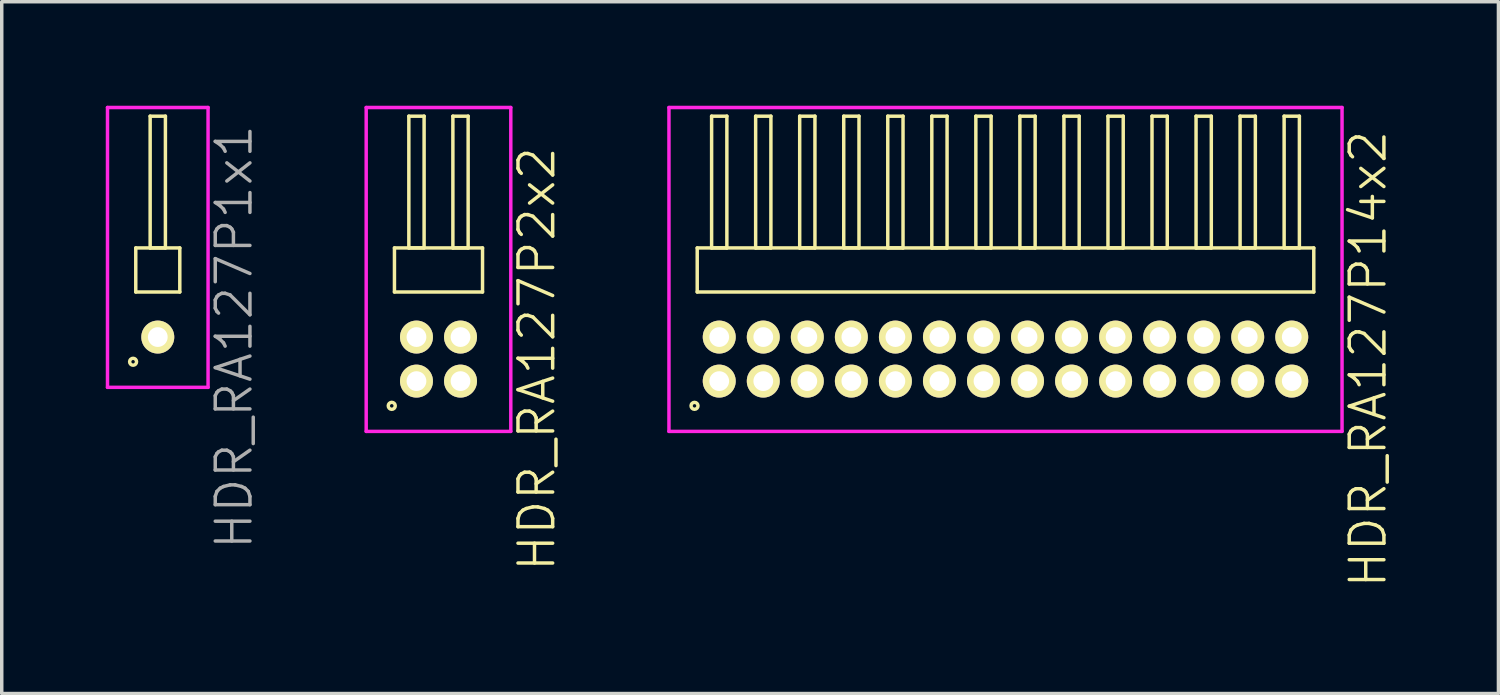
<source format=kicad_pcb>
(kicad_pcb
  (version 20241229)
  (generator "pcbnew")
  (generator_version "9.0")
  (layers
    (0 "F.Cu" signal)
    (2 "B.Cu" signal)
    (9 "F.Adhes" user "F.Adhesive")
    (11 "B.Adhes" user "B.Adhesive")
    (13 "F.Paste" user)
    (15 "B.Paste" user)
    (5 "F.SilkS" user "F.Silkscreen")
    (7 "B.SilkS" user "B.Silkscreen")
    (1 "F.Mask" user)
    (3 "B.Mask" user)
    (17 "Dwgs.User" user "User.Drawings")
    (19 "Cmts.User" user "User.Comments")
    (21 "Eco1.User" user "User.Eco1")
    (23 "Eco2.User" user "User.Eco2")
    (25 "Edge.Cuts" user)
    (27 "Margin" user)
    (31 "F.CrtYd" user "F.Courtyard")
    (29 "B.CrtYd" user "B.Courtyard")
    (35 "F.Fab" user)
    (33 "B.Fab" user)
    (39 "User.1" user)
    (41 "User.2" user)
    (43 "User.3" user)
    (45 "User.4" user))
  (footprint "HDR_RA127P14x2"
    (layer "F.Cu")
    (at 25.946 7.305)
    (property "Reference" "HDR_RA127P14x2" (at 10.455 0 90) (layer "F.SilkS") (effects (font (size 1 1) (thickness 0.1))))
    (attr through_hole)
    (fp_line (start -8.89 -3.205) (end -8.89 -1.935) (stroke (width 0.1) (type solid)) (layer "F.SilkS"))
    (fp_line (start -8.89 -1.935) (end 8.89 -1.935) (stroke (width 0.1) (type solid)) (layer "F.SilkS"))
    (fp_line (start -8.475 -7.005) (end -8.475 -3.205) (stroke (width 0.1) (type solid)) (layer "F.SilkS"))
    (fp_line (start -8.475 -3.205) (end -8.035 -3.205) (stroke (width 0.1) (type solid)) (layer "F.SilkS"))
    (fp_line (start -8.035 -7.005) (end -8.475 -7.005) (stroke (width 0.1) (type solid)) (layer "F.SilkS"))
    (fp_line (start -8.035 -3.205) (end -8.035 -7.005) (stroke (width 0.1) (type solid)) (layer "F.SilkS"))
    (fp_line (start -7.205 -7.005) (end -7.205 -3.205) (stroke (width 0.1) (type solid)) (layer "F.SilkS"))
    (fp_line (start -7.205 -3.205) (end -6.765 -3.205) (stroke (width 0.1) (type solid)) (layer "F.SilkS"))
    (fp_line (start -6.765 -7.005) (end -7.205 -7.005) (stroke (width 0.1) (type solid)) (layer "F.SilkS"))
    (fp_line (start -6.765 -3.205) (end -6.765 -7.005) (stroke (width 0.1) (type solid)) (layer "F.SilkS"))
    (fp_line (start -5.935 -7.005) (end -5.935 -3.205) (stroke (width 0.1) (type solid)) (layer "F.SilkS"))
    (fp_line (start -5.935 -3.205) (end -5.495 -3.205) (stroke (width 0.1) (type solid)) (layer "F.SilkS"))
    (fp_line (start -5.495 -7.005) (end -5.935 -7.005) (stroke (width 0.1) (type solid)) (layer "F.SilkS"))
    (fp_line (start -5.495 -3.205) (end -5.495 -7.005) (stroke (width 0.1) (type solid)) (layer "F.SilkS"))
    (fp_line (start -4.665 -7.005) (end -4.665 -3.205) (stroke (width 0.1) (type solid)) (layer "F.SilkS"))
    (fp_line (start -4.665 -3.205) (end -4.225 -3.205) (stroke (width 0.1) (type solid)) (layer "F.SilkS"))
    (fp_line (start -4.225 -7.005) (end -4.665 -7.005) (stroke (width 0.1) (type solid)) (layer "F.SilkS"))
    (fp_line (start -4.225 -3.205) (end -4.225 -7.005) (stroke (width 0.1) (type solid)) (layer "F.SilkS"))
    (fp_line (start -3.395 -7.005) (end -3.395 -3.205) (stroke (width 0.1) (type solid)) (layer "F.SilkS"))
    (fp_line (start -3.395 -3.205) (end -2.955 -3.205) (stroke (width 0.1) (type solid)) (layer "F.SilkS"))
    (fp_line (start -2.955 -7.005) (end -3.395 -7.005) (stroke (width 0.1) (type solid)) (layer "F.SilkS"))
    (fp_line (start -2.955 -3.205) (end -2.955 -7.005) (stroke (width 0.1) (type solid)) (layer "F.SilkS"))
    (fp_line (start -2.125 -7.005) (end -2.125 -3.205) (stroke (width 0.1) (type solid)) (layer "F.SilkS"))
    (fp_line (start -2.125 -3.205) (end -1.685 -3.205) (stroke (width 0.1) (type solid)) (layer "F.SilkS"))
    (fp_line (start -1.685 -7.005) (end -2.125 -7.005) (stroke (width 0.1) (type solid)) (layer "F.SilkS"))
    (fp_line (start -1.685 -3.205) (end -1.685 -7.005) (stroke (width 0.1) (type solid)) (layer "F.SilkS"))
    (fp_line (start -0.855 -7.005) (end -0.855 -3.205) (stroke (width 0.1) (type solid)) (layer "F.SilkS"))
    (fp_line (start -0.855 -3.205) (end -0.415 -3.205) (stroke (width 0.1) (type solid)) (layer "F.SilkS"))
    (fp_line (start -0.415 -7.005) (end -0.855 -7.005) (stroke (width 0.1) (type solid)) (layer "F.SilkS"))
    (fp_line (start -0.415 -3.205) (end -0.415 -7.005) (stroke (width 0.1) (type solid)) (layer "F.SilkS"))
    (fp_line (start 0.415 -7.005) (end 0.415 -3.205) (stroke (width 0.1) (type solid)) (layer "F.SilkS"))
    (fp_line (start 0.415 -3.205) (end 0.855 -3.205) (stroke (width 0.1) (type solid)) (layer "F.SilkS"))
    (fp_line (start 0.855 -7.005) (end 0.415 -7.005) (stroke (width 0.1) (type solid)) (layer "F.SilkS"))
    (fp_line (start 0.855 -3.205) (end 0.855 -7.005) (stroke (width 0.1) (type solid)) (layer "F.SilkS"))
    (fp_line (start 1.685 -7.005) (end 1.685 -3.205) (stroke (width 0.1) (type solid)) (layer "F.SilkS"))
    (fp_line (start 1.685 -3.205) (end 2.125 -3.205) (stroke (width 0.1) (type solid)) (layer "F.SilkS"))
    (fp_line (start 2.125 -7.005) (end 1.685 -7.005) (stroke (width 0.1) (type solid)) (layer "F.SilkS"))
    (fp_line (start 2.125 -3.205) (end 2.125 -7.005) (stroke (width 0.1) (type solid)) (layer "F.SilkS"))
    (fp_line (start 2.955 -7.005) (end 2.955 -3.205) (stroke (width 0.1) (type solid)) (layer "F.SilkS"))
    (fp_line (start 2.955 -3.205) (end 3.395 -3.205) (stroke (width 0.1) (type solid)) (layer "F.SilkS"))
    (fp_line (start 3.395 -7.005) (end 2.955 -7.005) (stroke (width 0.1) (type solid)) (layer "F.SilkS"))
    (fp_line (start 3.395 -3.205) (end 3.395 -7.005) (stroke (width 0.1) (type solid)) (layer "F.SilkS"))
    (fp_line (start 4.225 -7.005) (end 4.225 -3.205) (stroke (width 0.1) (type solid)) (layer "F.SilkS"))
    (fp_line (start 4.225 -3.205) (end 4.665 -3.205) (stroke (width 0.1) (type solid)) (layer "F.SilkS"))
    (fp_line (start 4.665 -7.005) (end 4.225 -7.005) (stroke (width 0.1) (type solid)) (layer "F.SilkS"))
    (fp_line (start 4.665 -3.205) (end 4.665 -7.005) (stroke (width 0.1) (type solid)) (layer "F.SilkS"))
    (fp_line (start 5.495 -7.005) (end 5.495 -3.205) (stroke (width 0.1) (type solid)) (layer "F.SilkS"))
    (fp_line (start 5.495 -3.205) (end 5.935 -3.205) (stroke (width 0.1) (type solid)) (layer "F.SilkS"))
    (fp_line (start 5.935 -7.005) (end 5.495 -7.005) (stroke (width 0.1) (type solid)) (layer "F.SilkS"))
    (fp_line (start 5.935 -3.205) (end 5.935 -7.005) (stroke (width 0.1) (type solid)) (layer "F.SilkS"))
    (fp_line (start 6.765 -7.005) (end 6.765 -3.205) (stroke (width 0.1) (type solid)) (layer "F.SilkS"))
    (fp_line (start 6.765 -3.205) (end 7.205 -3.205) (stroke (width 0.1) (type solid)) (layer "F.SilkS"))
    (fp_line (start 7.205 -7.005) (end 6.765 -7.005) (stroke (width 0.1) (type solid)) (layer "F.SilkS"))
    (fp_line (start 7.205 -3.205) (end 7.205 -7.005) (stroke (width 0.1) (type solid)) (layer "F.SilkS"))
    (fp_line (start 8.035 -7.005) (end 8.035 -3.205) (stroke (width 0.1) (type solid)) (layer "F.SilkS"))
    (fp_line (start 8.035 -3.205) (end 8.475 -3.205) (stroke (width 0.1) (type solid)) (layer "F.SilkS"))
    (fp_line (start 8.475 -7.005) (end 8.035 -7.005) (stroke (width 0.1) (type solid)) (layer "F.SilkS"))
    (fp_line (start 8.475 -3.205) (end 8.475 -7.005) (stroke (width 0.1) (type solid)) (layer "F.SilkS"))
    (fp_line (start 8.89 -3.205) (end -8.89 -3.205) (stroke (width 0.1) (type solid)) (layer "F.SilkS"))
    (fp_line (start 8.89 -1.935) (end 8.89 -3.205) (stroke (width 0.1) (type solid)) (layer "F.SilkS"))
    (fp_circle (center -8.968 1.348) (end -8.868 1.348) (stroke (width 0.1) (type solid)) (fill no) (layer "F.SilkS"))
    (fp_line (start -9.705 -7.255) (end -9.705 2.085) (stroke (width 0.1) (type solid)) (layer "F.CrtYd"))
    (fp_line (start -9.705 2.085) (end 9.705 2.085) (stroke (width 0.1) (type solid)) (layer "F.CrtYd"))
    (fp_line (start 9.705 -7.255) (end -9.705 -7.255) (stroke (width 0.1) (type solid)) (layer "F.CrtYd"))
    (fp_line (start 9.705 2.085) (end 9.705 -7.255) (stroke (width 0.1) (type solid)) (layer "F.CrtYd"))
    (pad "1" thru_hole oval (at -8.255 0.635) (size 0.95 0.95) (drill 0.57) (layers "*.Cu" "*.Mask" "F.SilkS"))
    (pad "2" thru_hole oval (at -8.255 -0.635) (size 0.95 0.95) (drill 0.57) (layers "*.Cu" "*.Mask" "F.SilkS"))
    (pad "3" thru_hole oval (at -6.985 0.635) (size 0.95 0.95) (drill 0.57) (layers "*.Cu" "*.Mask" "F.SilkS"))
    (pad "4" thru_hole oval (at -6.985 -0.635) (size 0.95 0.95) (drill 0.57) (layers "*.Cu" "*.Mask" "F.SilkS"))
    (pad "5" thru_hole oval (at -5.715 0.635) (size 0.95 0.95) (drill 0.57) (layers "*.Cu" "*.Mask" "F.SilkS"))
    (pad "6" thru_hole oval (at -5.715 -0.635) (size 0.95 0.95) (drill 0.57) (layers "*.Cu" "*.Mask" "F.SilkS"))
    (pad "7" thru_hole oval (at -4.445 0.635) (size 0.95 0.95) (drill 0.57) (layers "*.Cu" "*.Mask" "F.SilkS"))
    (pad "8" thru_hole oval (at -4.445 -0.635) (size 0.95 0.95) (drill 0.57) (layers "*.Cu" "*.Mask" "F.SilkS"))
    (pad "9" thru_hole oval (at -3.175 0.635) (size 0.95 0.95) (drill 0.57) (layers "*.Cu" "*.Mask" "F.SilkS"))
    (pad "10" thru_hole oval (at -3.175 -0.635) (size 0.95 0.95) (drill 0.57) (layers "*.Cu" "*.Mask" "F.SilkS"))
    (pad "11" thru_hole oval (at -1.905 0.635) (size 0.95 0.95) (drill 0.57) (layers "*.Cu" "*.Mask" "F.SilkS"))
    (pad "12" thru_hole oval (at -1.905 -0.635) (size 0.95 0.95) (drill 0.57) (layers "*.Cu" "*.Mask" "F.SilkS"))
    (pad "13" thru_hole oval (at -0.635 0.635) (size 0.95 0.95) (drill 0.57) (layers "*.Cu" "*.Mask" "F.SilkS"))
    (pad "14" thru_hole oval (at -0.635 -0.635) (size 0.95 0.95) (drill 0.57) (layers "*.Cu" "*.Mask" "F.SilkS"))
    (pad "15" thru_hole oval (at 0.635 0.635) (size 0.95 0.95) (drill 0.57) (layers "*.Cu" "*.Mask" "F.SilkS"))
    (pad "16" thru_hole oval (at 0.635 -0.635) (size 0.95 0.95) (drill 0.57) (layers "*.Cu" "*.Mask" "F.SilkS"))
    (pad "17" thru_hole oval (at 1.905 0.635) (size 0.95 0.95) (drill 0.57) (layers "*.Cu" "*.Mask" "F.SilkS"))
    (pad "18" thru_hole oval (at 1.905 -0.635) (size 0.95 0.95) (drill 0.57) (layers "*.Cu" "*.Mask" "F.SilkS"))
    (pad "19" thru_hole oval (at 3.175 0.635) (size 0.95 0.95) (drill 0.57) (layers "*.Cu" "*.Mask" "F.SilkS"))
    (pad "20" thru_hole oval (at 3.175 -0.635) (size 0.95 0.95) (drill 0.57) (layers "*.Cu" "*.Mask" "F.SilkS"))
    (pad "21" thru_hole oval (at 4.445 0.635) (size 0.95 0.95) (drill 0.57) (layers "*.Cu" "*.Mask" "F.SilkS"))
    (pad "22" thru_hole oval (at 4.445 -0.635) (size 0.95 0.95) (drill 0.57) (layers "*.Cu" "*.Mask" "F.SilkS"))
    (pad "23" thru_hole oval (at 5.715 0.635) (size 0.95 0.95) (drill 0.57) (layers "*.Cu" "*.Mask" "F.SilkS"))
    (pad "24" thru_hole oval (at 5.715 -0.635) (size 0.95 0.95) (drill 0.57) (layers "*.Cu" "*.Mask" "F.SilkS"))
    (pad "25" thru_hole oval (at 6.985 0.635) (size 0.95 0.95) (drill 0.57) (layers "*.Cu" "*.Mask" "F.SilkS"))
    (pad "26" thru_hole oval (at 6.985 -0.635) (size 0.95 0.95) (drill 0.57) (layers "*.Cu" "*.Mask" "F.SilkS"))
    (pad "27" thru_hole oval (at 8.255 0.635) (size 0.95 0.95) (drill 0.57) (layers "*.Cu" "*.Mask" "F.SilkS"))
    (pad "28" thru_hole oval (at 8.255 -0.635) (size 0.95 0.95) (drill 0.57) (layers "*.Cu" "*.Mask" "F.SilkS")))
  (footprint "HDR_RA127P1x1"
    (layer "F.Cu")
    (at 1.5 6.67)
    (property "Reference" "HDR_RA127P1x1" (at 2.2 0 90) (layer "F.Fab") (effects (font (size 1 1) (thickness 0.1))))
    (attr through_hole)
    (fp_line (start -0.635 -2.57) (end -0.635 -1.3) (stroke (width 0.1) (type solid)) (layer "F.SilkS"))
    (fp_line (start -0.635 -1.3) (end 0.635 -1.3) (stroke (width 0.1) (type solid)) (layer "F.SilkS"))
    (fp_line (start -0.22 -6.37) (end -0.22 -2.57) (stroke (width 0.1) (type solid)) (layer "F.SilkS"))
    (fp_line (start -0.22 -2.57) (end 0.22 -2.57) (stroke (width 0.1) (type solid)) (layer "F.SilkS"))
    (fp_line (start 0.22 -6.37) (end -0.22 -6.37) (stroke (width 0.1) (type solid)) (layer "F.SilkS"))
    (fp_line (start 0.22 -2.57) (end 0.22 -6.37) (stroke (width 0.1) (type solid)) (layer "F.SilkS"))
    (fp_line (start 0.635 -2.57) (end -0.635 -2.57) (stroke (width 0.1) (type solid)) (layer "F.SilkS"))
    (fp_line (start 0.635 -1.3) (end 0.635 -2.57) (stroke (width 0.1) (type solid)) (layer "F.SilkS"))
    (fp_circle (center -0.712 0.712) (end -0.612 0.712) (stroke (width 0.1) (type solid)) (fill no) (layer "F.SilkS"))
    (fp_line (start -1.45 -6.62) (end -1.45 1.45) (stroke (width 0.1) (type solid)) (layer "F.CrtYd"))
    (fp_line (start -1.45 1.45) (end 1.45 1.45) (stroke (width 0.1) (type solid)) (layer "F.CrtYd"))
    (fp_line (start 1.45 -6.62) (end -1.45 -6.62) (stroke (width 0.1) (type solid)) (layer "F.CrtYd"))
    (fp_line (start 1.45 1.45) (end 1.45 -6.62) (stroke (width 0.1) (type solid)) (layer "F.CrtYd"))
    (pad "1" thru_hole oval (at 0 0) (size 0.95 0.95) (drill 0.57) (layers "*.Cu" "*.Mask" "F.SilkS")))
  (footprint "HDR_RA127P2x2"
    (layer "F.Cu")
    (at 9.595 7.305)
    (property "Reference" "HDR_RA127P2x2" (at 2.835 0 90) (layer "F.SilkS") (effects (font (size 1 1) (thickness 0.1))))
    (attr through_hole)
    (fp_line (start -1.27 -3.205) (end -1.27 -1.935) (stroke (width 0.1) (type solid)) (layer "F.SilkS"))
    (fp_line (start -1.27 -1.935) (end 1.27 -1.935) (stroke (width 0.1) (type solid)) (layer "F.SilkS"))
    (fp_line (start -0.855 -7.005) (end -0.855 -3.205) (stroke (width 0.1) (type solid)) (layer "F.SilkS"))
    (fp_line (start -0.855 -3.205) (end -0.415 -3.205) (stroke (width 0.1) (type solid)) (layer "F.SilkS"))
    (fp_line (start -0.415 -7.005) (end -0.855 -7.005) (stroke (width 0.1) (type solid)) (layer "F.SilkS"))
    (fp_line (start -0.415 -3.205) (end -0.415 -7.005) (stroke (width 0.1) (type solid)) (layer "F.SilkS"))
    (fp_line (start 0.415 -7.005) (end 0.415 -3.205) (stroke (width 0.1) (type solid)) (layer "F.SilkS"))
    (fp_line (start 0.415 -3.205) (end 0.855 -3.205) (stroke (width 0.1) (type solid)) (layer "F.SilkS"))
    (fp_line (start 0.855 -7.005) (end 0.415 -7.005) (stroke (width 0.1) (type solid)) (layer "F.SilkS"))
    (fp_line (start 0.855 -3.205) (end 0.855 -7.005) (stroke (width 0.1) (type solid)) (layer "F.SilkS"))
    (fp_line (start 1.27 -3.205) (end -1.27 -3.205) (stroke (width 0.1) (type solid)) (layer "F.SilkS"))
    (fp_line (start 1.27 -1.935) (end 1.27 -3.205) (stroke (width 0.1) (type solid)) (layer "F.SilkS"))
    (fp_circle (center -1.348 1.348) (end -1.247 1.348) (stroke (width 0.1) (type solid)) (fill no) (layer "F.SilkS"))
    (fp_line (start -2.085 -7.255) (end -2.085 2.085) (stroke (width 0.1) (type solid)) (layer "F.CrtYd"))
    (fp_line (start -2.085 2.085) (end 2.085 2.085) (stroke (width 0.1) (type solid)) (layer "F.CrtYd"))
    (fp_line (start 2.085 -7.255) (end -2.085 -7.255) (stroke (width 0.1) (type solid)) (layer "F.CrtYd"))
    (fp_line (start 2.085 2.085) (end 2.085 -7.255) (stroke (width 0.1) (type solid)) (layer "F.CrtYd"))
    (pad "1" thru_hole oval (at -0.635 0.635) (size 0.95 0.95) (drill 0.57) (layers "*.Cu" "*.Mask" "F.SilkS"))
    (pad "2" thru_hole oval (at -0.635 -0.635) (size 0.95 0.95) (drill 0.57) (layers "*.Cu" "*.Mask" "F.SilkS"))
    (pad "3" thru_hole oval (at 0.635 0.635) (size 0.95 0.95) (drill 0.57) (layers "*.Cu" "*.Mask" "F.SilkS"))
    (pad "4" thru_hole oval (at 0.635 -0.635) (size 0.95 0.95) (drill 0.57) (layers "*.Cu" "*.Mask" "F.SilkS")))
  (gr_rect
    (start -3 -3)
    (end 40.161 16.95)
    (stroke (width 0.1) (type default))
    (fill no)
    (layer "Edge.Cuts")))
</source>
